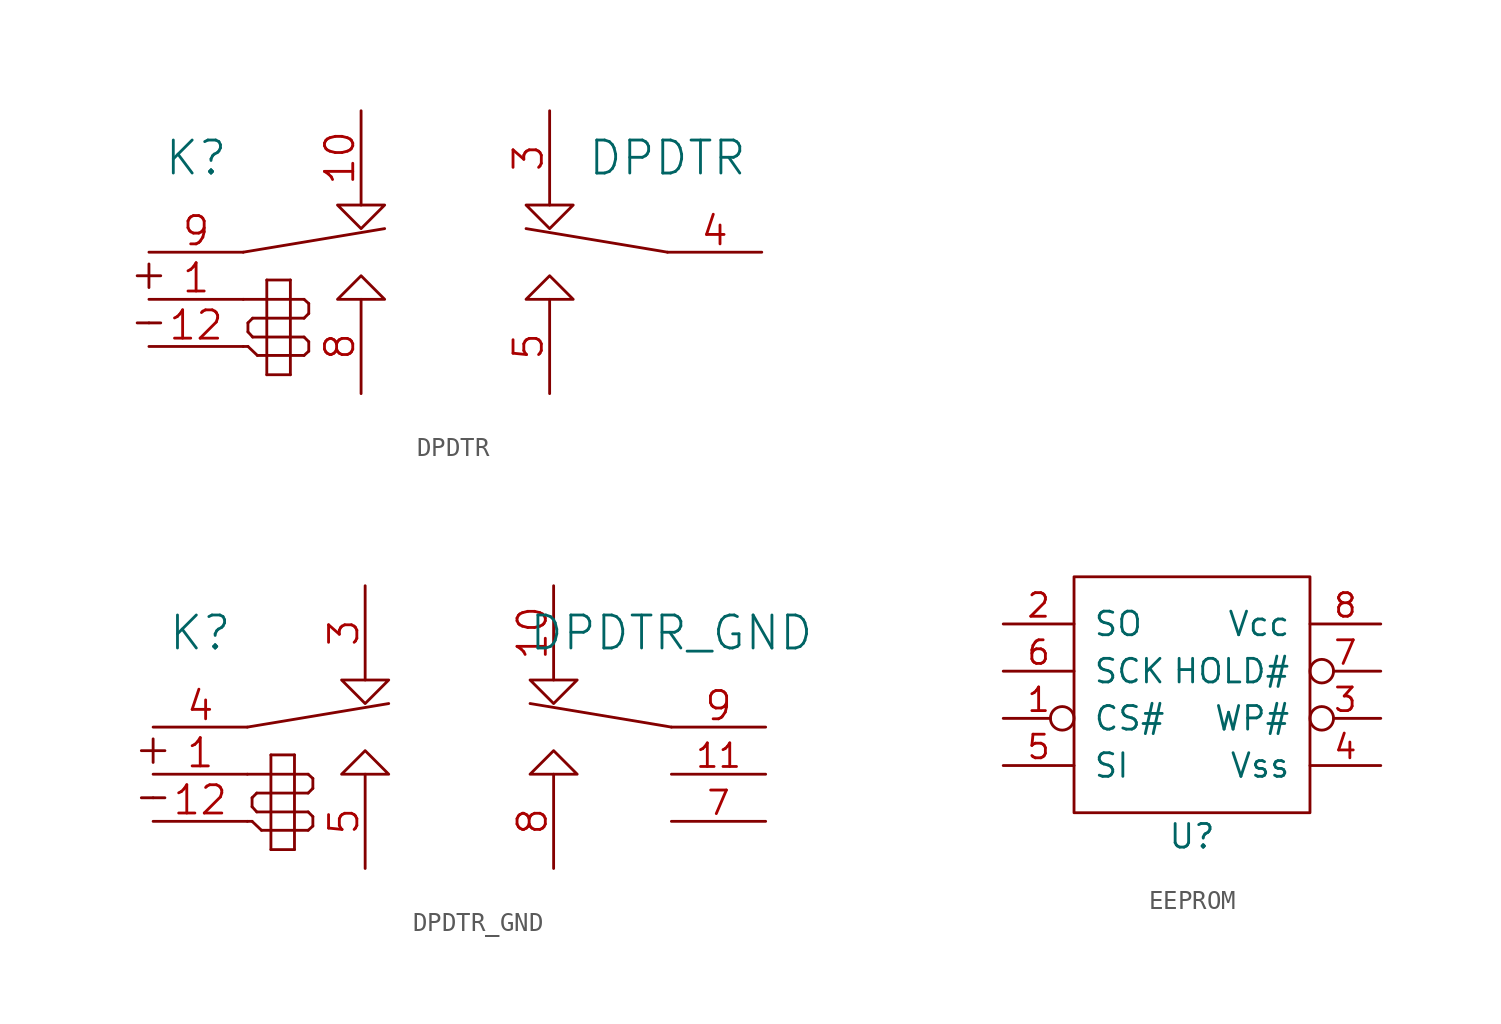
<source format=kicad_sym>
(kicad_symbol_lib
  (version 20210619)
  (generator kicad_symbol_editor)
  (symbol "hermeslite:DPDTR"
    (pin_names
      (offset 1.016) hide)
    (property "Reference" "K"
      (at -13.97 5.08 0)
      (effects (font (size 1.778 1.778))))
    (property "Value" "DPDTR"
      (at 11.43 5.08 0)
      (effects (font (size 1.778 1.778))))
    (property "Footprint" ""
      (at -7.62 -5.08 0)
      (effects (font (size 1.524 1.524))))
    (property "Datasheet" ""
      (at -7.62 -5.08 0)
      (effects (font (size 1.524 1.524))))
    (symbol "DPDTR_0_1"
      (polyline (pts (xy -17.145 -3.81) (xy -16.51 -3.81)) (stroke (width 0)) (fill (type none)))
      (polyline (pts (xy -17.145 -1.27) (xy -15.875 -1.27)) (stroke (width 0)) (fill (type none)))
      (polyline (pts (xy -16.51 -3.81) (xy -15.875 -3.81)) (stroke (width 0)) (fill (type none)))
      (polyline (pts (xy -16.51 -0.635) (xy -16.51 -1.905)) (stroke (width 0)) (fill (type none)))
      (polyline (pts (xy -11.43 -5.08) (xy -11.176 -5.08)) (stroke (width 0)) (fill (type none)))
      (polyline (pts (xy -11.43 -2.54) (xy -10.16 -2.54)) (stroke (width 0)) (fill (type none)))
      (polyline (pts (xy -11.43 0) (xy -3.81 1.27)) (stroke (width 0)) (fill (type none)))
      (polyline (pts (xy -11.176 -5.08) (xy -10.668 -5.563)) (stroke (width 0)) (fill (type none)))
      (polyline (pts (xy -11.176 -4.293) (xy -11.176 -3.81)) (stroke (width 0)) (fill (type none)))
      (polyline (pts (xy -10.922 -4.572) (xy -11.176 -4.293)) (stroke (width 0)) (fill (type none)))
      (polyline (pts (xy -10.922 -3.556) (xy -11.176 -3.81)) (stroke (width 0)) (fill (type none)))
      (polyline (pts (xy -10.668 -5.563) (xy -10.16 -5.563)) (stroke (width 0)) (fill (type none)))
      (polyline (pts (xy -10.16 -6.604) (xy -10.16 -1.499)) (stroke (width 0)) (fill (type none)))
      (polyline (pts (xy -10.16 -4.572) (xy -10.922 -4.572)) (stroke (width 0)) (fill (type none)))
      (polyline (pts (xy -10.16 -4.572) (xy -8.89 -4.572)) (stroke (width 0)) (fill (type none)))
      (polyline (pts (xy -10.16 -3.556) (xy -10.922 -3.556)) (stroke (width 0)) (fill (type none)))
      (polyline (pts (xy -10.16 -2.54) (xy -8.89 -2.54)) (stroke (width 0)) (fill (type none)))
      (polyline (pts (xy -10.16 -1.499) (xy -8.89 -1.499)) (stroke (width 0)) (fill (type none)))
      (polyline (pts (xy -8.89 -6.604) (xy -10.16 -6.604)) (stroke (width 0)) (fill (type none)))
      (polyline (pts (xy -8.89 -5.563) (xy -10.16 -5.563)) (stroke (width 0)) (fill (type none)))
      (polyline (pts (xy -8.89 -5.563) (xy -8.153 -5.563)) (stroke (width 0)) (fill (type none)))
      (polyline (pts (xy -8.89 -4.572) (xy -8.153 -4.572)) (stroke (width 0)) (fill (type none)))
      (polyline (pts (xy -8.89 -3.556) (xy -10.16 -3.556)) (stroke (width 0)) (fill (type none)))
      (polyline (pts (xy -8.89 -3.556) (xy -8.153 -3.556)) (stroke (width 0)) (fill (type none)))
      (polyline (pts (xy -8.89 -2.54) (xy -8.153 -2.54)) (stroke (width 0)) (fill (type none)))
      (polyline (pts (xy -8.89 -1.499) (xy -8.89 -6.604)) (stroke (width 0)) (fill (type none)))
      (polyline (pts (xy -8.153 -5.563) (xy -7.899 -5.334)) (stroke (width 0)) (fill (type none)))
      (polyline (pts (xy -8.153 -4.572) (xy -7.899 -4.826)) (stroke (width 0)) (fill (type none)))
      (polyline (pts (xy -8.153 -3.556) (xy -7.899 -3.302)) (stroke (width 0)) (fill (type none)))
      (polyline (pts (xy -8.153 -2.54) (xy -7.899 -2.769)) (stroke (width 0)) (fill (type none)))
      (polyline (pts (xy -7.899 -5.334) (xy -7.899 -4.826)) (stroke (width 0)) (fill (type none)))
      (polyline (pts (xy -7.899 -2.769) (xy -7.899 -3.302)) (stroke (width 0)) (fill (type none)))
      (polyline (pts (xy 11.43 0) (xy 3.81 1.27)) (stroke (width 0)) (fill (type none)))
      (polyline (pts (xy -5.08 -1.27) (xy -6.35 -2.54) (xy -3.81 -2.54) (xy -5.08 -1.27)) (stroke (width 0)) (fill (type none)))
      (polyline (pts (xy -5.08 1.27) (xy -6.35 2.54) (xy -3.81 2.54) (xy -5.08 1.27)) (stroke (width 0)) (fill (type none)))
      (polyline (pts (xy 3.81 2.54) (xy 5.08 1.27) (xy 6.35 2.54) (xy 3.81 2.54)) (stroke (width 0)) (fill (type none)))
      (polyline (pts (xy 5.08 -1.27) (xy 3.81 -2.54) (xy 6.35 -2.54) (xy 5.08 -1.27)) (stroke (width 0)) (fill (type none))))
    (symbol "DPDTR_1_1"
      (pin input line (at -16.51 -2.54 0) (length 5.08) (name "~" (effects (font (size 1.524 1.524)))) (number "1" (effects (font (size 1.524 1.524)))))
      (pin input line (at -5.08 7.62 270) (length 5.08) (name "~" (effects (font (size 1.524 1.524)))) (number "10" (effects (font (size 1.524 1.524)))))
      (pin input line (at -16.51 -5.08 0) (length 5.08) (name "~" (effects (font (size 1.524 1.524)))) (number "12" (effects (font (size 1.524 1.524)))))
      (pin passive line (at 5.08 7.62 270) (length 5.08) (name "~" (effects (font (size 1.524 1.524)))) (number "3" (effects (font (size 1.524 1.524)))))
      (pin passive line (at 16.51 0 180) (length 5.08) (name "~" (effects (font (size 1.524 1.524)))) (number "4" (effects (font (size 1.524 1.524)))))
      (pin input line (at 5.08 -7.62 90) (length 5.08) (name "~" (effects (font (size 1.524 1.524)))) (number "5" (effects (font (size 1.524 1.524)))))
      (pin input line (at -5.08 -7.62 90) (length 5.08) (name "~" (effects (font (size 1.524 1.524)))) (number "8" (effects (font (size 1.524 1.524)))))
      (pin input line (at -16.51 0 0) (length 5.08) (name "~" (effects (font (size 1.524 1.524)))) (number "9" (effects (font (size 1.524 1.524)))))))
  (symbol "hermeslite:DPDTR_GND"
    (pin_names
      (offset 1.016) hide)
    (property "Reference" "K"
      (at -13.97 5.08 0)
      (effects (font (size 1.778 1.778))))
    (property "Value" "DPDTR_GND"
      (at 11.43 5.08 0)
      (effects (font (size 1.778 1.778))))
    (property "Footprint" ""
      (at -7.62 -5.08 0)
      (effects (font (size 1.524 1.524))))
    (property "Datasheet" ""
      (at -7.62 -5.08 0)
      (effects (font (size 1.524 1.524))))
    (symbol "DPDTR_GND_0_1"
      (polyline (pts (xy -17.145 -3.81) (xy -16.51 -3.81)) (stroke (width 0)) (fill (type none)))
      (polyline (pts (xy -17.145 -1.27) (xy -15.875 -1.27)) (stroke (width 0)) (fill (type none)))
      (polyline (pts (xy -16.51 -3.81) (xy -15.875 -3.81)) (stroke (width 0)) (fill (type none)))
      (polyline (pts (xy -16.51 -0.635) (xy -16.51 -1.905)) (stroke (width 0)) (fill (type none)))
      (polyline (pts (xy -11.43 -5.08) (xy -11.176 -5.08)) (stroke (width 0)) (fill (type none)))
      (polyline (pts (xy -11.43 -2.54) (xy -10.16 -2.54)) (stroke (width 0)) (fill (type none)))
      (polyline (pts (xy -11.43 0) (xy -3.81 1.27)) (stroke (width 0)) (fill (type none)))
      (polyline (pts (xy -11.176 -5.08) (xy -10.668 -5.563)) (stroke (width 0)) (fill (type none)))
      (polyline (pts (xy -11.176 -4.293) (xy -11.176 -3.81)) (stroke (width 0)) (fill (type none)))
      (polyline (pts (xy -10.922 -4.572) (xy -11.176 -4.293)) (stroke (width 0)) (fill (type none)))
      (polyline (pts (xy -10.922 -3.556) (xy -11.176 -3.81)) (stroke (width 0)) (fill (type none)))
      (polyline (pts (xy -10.668 -5.563) (xy -10.16 -5.563)) (stroke (width 0)) (fill (type none)))
      (polyline (pts (xy -10.16 -6.604) (xy -10.16 -1.499)) (stroke (width 0)) (fill (type none)))
      (polyline (pts (xy -10.16 -4.572) (xy -10.922 -4.572)) (stroke (width 0)) (fill (type none)))
      (polyline (pts (xy -10.16 -4.572) (xy -8.89 -4.572)) (stroke (width 0)) (fill (type none)))
      (polyline (pts (xy -10.16 -3.556) (xy -10.922 -3.556)) (stroke (width 0)) (fill (type none)))
      (polyline (pts (xy -10.16 -2.54) (xy -8.89 -2.54)) (stroke (width 0)) (fill (type none)))
      (polyline (pts (xy -10.16 -1.499) (xy -8.89 -1.499)) (stroke (width 0)) (fill (type none)))
      (polyline (pts (xy -8.89 -6.604) (xy -10.16 -6.604)) (stroke (width 0)) (fill (type none)))
      (polyline (pts (xy -8.89 -5.563) (xy -10.16 -5.563)) (stroke (width 0)) (fill (type none)))
      (polyline (pts (xy -8.89 -5.563) (xy -8.153 -5.563)) (stroke (width 0)) (fill (type none)))
      (polyline (pts (xy -8.89 -4.572) (xy -8.153 -4.572)) (stroke (width 0)) (fill (type none)))
      (polyline (pts (xy -8.89 -3.556) (xy -10.16 -3.556)) (stroke (width 0)) (fill (type none)))
      (polyline (pts (xy -8.89 -3.556) (xy -8.153 -3.556)) (stroke (width 0)) (fill (type none)))
      (polyline (pts (xy -8.89 -2.54) (xy -8.153 -2.54)) (stroke (width 0)) (fill (type none)))
      (polyline (pts (xy -8.89 -1.499) (xy -8.89 -6.604)) (stroke (width 0)) (fill (type none)))
      (polyline (pts (xy -8.153 -5.563) (xy -7.899 -5.334)) (stroke (width 0)) (fill (type none)))
      (polyline (pts (xy -8.153 -4.572) (xy -7.899 -4.826)) (stroke (width 0)) (fill (type none)))
      (polyline (pts (xy -8.153 -3.556) (xy -7.899 -3.302)) (stroke (width 0)) (fill (type none)))
      (polyline (pts (xy -8.153 -2.54) (xy -7.899 -2.769)) (stroke (width 0)) (fill (type none)))
      (polyline (pts (xy -7.899 -5.334) (xy -7.899 -4.826)) (stroke (width 0)) (fill (type none)))
      (polyline (pts (xy -7.899 -2.769) (xy -7.899 -3.302)) (stroke (width 0)) (fill (type none)))
      (polyline (pts (xy 11.43 0) (xy 3.81 1.27)) (stroke (width 0)) (fill (type none)))
      (polyline (pts (xy -5.08 -1.27) (xy -6.35 -2.54) (xy -3.81 -2.54) (xy -5.08 -1.27)) (stroke (width 0)) (fill (type none)))
      (polyline (pts (xy -5.08 1.27) (xy -6.35 2.54) (xy -3.81 2.54) (xy -5.08 1.27)) (stroke (width 0)) (fill (type none)))
      (polyline (pts (xy 3.81 2.54) (xy 5.08 1.27) (xy 6.35 2.54) (xy 3.81 2.54)) (stroke (width 0)) (fill (type none)))
      (polyline (pts (xy 5.08 -1.27) (xy 3.81 -2.54) (xy 6.35 -2.54) (xy 5.08 -1.27)) (stroke (width 0)) (fill (type none))))
    (symbol "DPDTR_GND_1_1"
      (pin input line (at -16.51 -2.54 0) (length 5.08) (name "~" (effects (font (size 1.524 1.524)))) (number "1" (effects (font (size 1.524 1.524)))))
      (pin passive line (at 5.08 7.62 270) (length 5.08) (name "~" (effects (font (size 1.524 1.524)))) (number "10" (effects (font (size 1.524 1.524)))))
      (pin input line (at 16.51 -2.54 180) (length 5.08) (name "~" (effects (font (size 1.27 1.27)))) (number "11" (effects (font (size 1.27 1.27)))))
      (pin input line (at -16.51 -5.08 0) (length 5.08) (name "~" (effects (font (size 1.524 1.524)))) (number "12" (effects (font (size 1.524 1.524)))))
      (pin input line (at -5.08 7.62 270) (length 5.08) (name "~" (effects (font (size 1.524 1.524)))) (number "3" (effects (font (size 1.524 1.524)))))
      (pin input line (at -16.51 0 0) (length 5.08) (name "~" (effects (font (size 1.524 1.524)))) (number "4" (effects (font (size 1.524 1.524)))))
      (pin input line (at -5.08 -7.62 90) (length 5.08) (name "~" (effects (font (size 1.524 1.524)))) (number "5" (effects (font (size 1.524 1.524)))))
      (pin input line (at 16.51 -5.08 180) (length 5.08) (name "~" (effects (font (size 1.27 1.27)))) (number "7" (effects (font (size 1.27 1.27)))))
      (pin input line (at 5.08 -7.62 90) (length 5.08) (name "~" (effects (font (size 1.524 1.524)))) (number "8" (effects (font (size 1.524 1.524)))))
      (pin passive line (at 16.51 0 180) (length 5.08) (name "~" (effects (font (size 1.524 1.524)))) (number "9" (effects (font (size 1.524 1.524)))))))
  (symbol "hermeslite:EEPROM"
    (pin_names
      (offset 1.016))
    (property "Reference" "U"
      (at 0 -7.62 0)
      (effects (font (size 1.27 1.27))))
    (symbol "EEPROM_0_1"
      (rectangle (start -6.35 6.35) (end 6.35 -6.35) (stroke (width 0)) (fill (type none))))
    (symbol "EEPROM_1_1"
      (pin input inverted (at -10.16 -1.27 0) (length 3.81) (name "CS#" (effects (font (size 1.27 1.27)))) (number "1" (effects (font (size 1.27 1.27)))))
      (pin output line (at -10.16 3.81 0) (length 3.81) (name "SO" (effects (font (size 1.27 1.27)))) (number "2" (effects (font (size 1.27 1.27)))))
      (pin output inverted (at 10.16 -1.27 180) (length 3.81) (name "WP#" (effects (font (size 1.27 1.27)))) (number "3" (effects (font (size 1.27 1.27)))))
      (pin power_in line (at 10.16 -3.81 180) (length 3.81) (name "Vss" (effects (font (size 1.27 1.27)))) (number "4" (effects (font (size 1.27 1.27)))))
      (pin input line (at -10.16 -3.81 0) (length 3.81) (name "SI" (effects (font (size 1.27 1.27)))) (number "5" (effects (font (size 1.27 1.27)))))
      (pin input line (at -10.16 1.27 0) (length 3.81) (name "SCK" (effects (font (size 1.27 1.27)))) (number "6" (effects (font (size 1.27 1.27)))))
      (pin input inverted (at 10.16 1.27 180) (length 3.81) (name "HOLD#" (effects (font (size 1.27 1.27)))) (number "7" (effects (font (size 1.27 1.27)))))
      (pin power_in line (at 10.16 3.81 180) (length 3.81) (name "Vcc" (effects (font (size 1.27 1.27)))) (number "8" (effects (font (size 1.27 1.27))))))))
</source>
